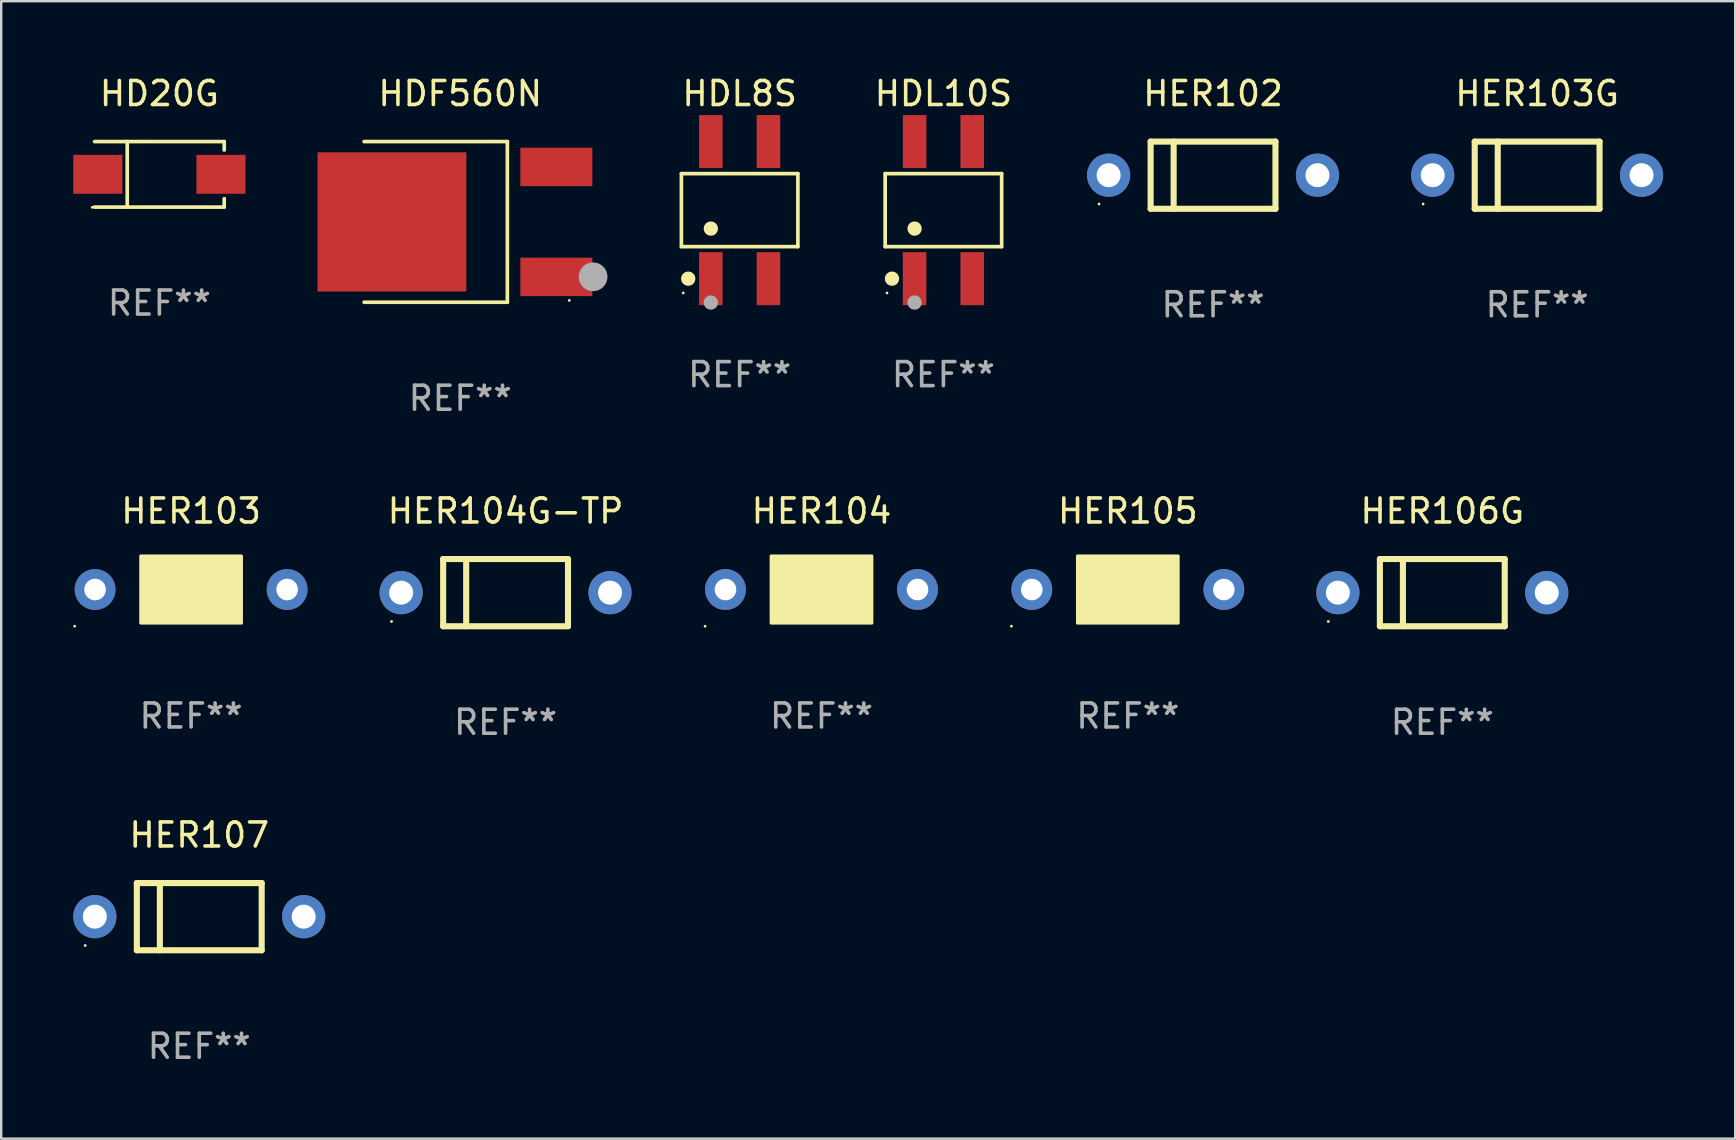
<source format=kicad_pcb>
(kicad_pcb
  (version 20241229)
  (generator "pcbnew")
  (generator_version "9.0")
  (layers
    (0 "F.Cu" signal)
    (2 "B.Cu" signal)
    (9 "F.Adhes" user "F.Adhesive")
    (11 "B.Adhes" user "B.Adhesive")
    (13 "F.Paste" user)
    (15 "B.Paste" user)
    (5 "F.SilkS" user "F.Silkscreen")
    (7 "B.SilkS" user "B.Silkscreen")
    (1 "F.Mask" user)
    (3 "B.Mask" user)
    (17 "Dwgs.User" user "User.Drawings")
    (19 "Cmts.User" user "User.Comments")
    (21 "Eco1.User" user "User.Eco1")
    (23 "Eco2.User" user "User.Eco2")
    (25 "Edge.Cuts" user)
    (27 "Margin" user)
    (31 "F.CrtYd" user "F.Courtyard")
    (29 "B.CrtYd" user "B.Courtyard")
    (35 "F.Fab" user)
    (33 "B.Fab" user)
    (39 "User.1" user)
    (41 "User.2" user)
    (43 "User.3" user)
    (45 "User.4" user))
  (footprint "HD20G"
    (layer "F.Cu")
    (at 3.589 4.212)
    (property "Reference" "HD20G" (at 0 -3.364 0) (layer "F.SilkS") (effects (font (size 1 1) (thickness 0.15))))
    (attr through_hole)
    (fp_line (start -2.701 -1.364) (end 2.701 -1.364) (stroke (width 0.152) (type solid)) (layer "F.SilkS"))
    (fp_line (start -2.701 1.364) (end 2.701 1.364) (stroke (width 0.152) (type solid)) (layer "F.SilkS"))
    (fp_line (start -1.339 -1.364) (end -1.339 1.364) (stroke (width 0.152) (type solid)) (layer "F.SilkS"))
    (fp_line (start 2.701 -1.364) (end 2.701 -1.013) (stroke (width 0.152) (type solid)) (layer "F.SilkS"))
    (fp_line (start 2.701 1.364) (end 2.701 1.013) (stroke (width 0.152) (type solid)) (layer "F.SilkS"))
    (fp_circle (center -2.8 1.375) (end -2.77 1.375) (stroke (width 0.06) (type solid)) (fill no) (layer "F.SilkS"))
    (fp_text user "REF**" (at 0 5.364 0) (layer "F.Fab") (effects (font (size 1 1) (thickness 0.15))))
    (pad "1" smd rect (at -2.565 -0.000025) (size 2.046 1.62) (layers "F.Cu" "F.Mask" "F.Paste"))
    (pad "2" smd rect (at 2.565 -0.000025) (size 2.046 1.62) (layers "F.Cu" "F.Mask" "F.Paste")))
  (footprint "HDL10S"
    (layer "F.Cu")
    (at 36.248 5.703)
    (property "Reference" "HDL10S" (at 0 -4.855 0) (layer "F.SilkS") (effects (font (size 1 1) (thickness 0.15))))
    (attr through_hole)
    (fp_line (start -2.426 -1.521) (end 2.426 -1.521) (stroke (width 0.152) (type solid)) (layer "F.SilkS"))
    (fp_line (start -2.426 1.521) (end -2.426 -1.521) (stroke (width 0.152) (type solid)) (layer "F.SilkS"))
    (fp_line (start 2.426 -1.521) (end 2.426 1.521) (stroke (width 0.152) (type solid)) (layer "F.SilkS"))
    (fp_line (start 2.426 1.521) (end -2.426 1.521) (stroke (width 0.152) (type solid)) (layer "F.SilkS"))
    (fp_circle (center -2.35 3.45) (end -2.32 3.45) (stroke (width 0.06) (type solid)) (fill no) (layer "F.SilkS"))
    (fp_circle (center -2.142 2.855) (end -1.992 2.855) (stroke (width 0.3) (type solid)) (fill no) (layer "F.SilkS"))
    (fp_circle (center -1.2 0.769) (end -1.05 0.769) (stroke (width 0.3) (type solid)) (fill no) (layer "F.SilkS"))
    (fp_circle (center -1.2 3.85) (end -1.05 3.85) (stroke (width 0.3) (type solid)) (fill no) (layer "F.Fab"))
    (fp_text user "REF**" (at 0 6.855 0) (layer "F.Fab") (effects (font (size 1 1) (thickness 0.15))))
    (pad "1" smd rect (at -1.2 2.855) (size 0.98 2.21) (layers "F.Cu" "F.Mask" "F.Paste"))
    (pad "2" smd rect (at 1.2 2.855) (size 0.98 2.21) (layers "F.Cu" "F.Mask" "F.Paste"))
    (pad "3" smd rect (at 1.2 -2.855) (size 0.98 2.21) (layers "F.Cu" "F.Mask" "F.Paste"))
    (pad "4" smd rect (at -1.2 -2.855) (size 0.98 2.21) (layers "F.Cu" "F.Mask" "F.Paste")))
  (footprint "HDL8S"
    (layer "F.Cu")
    (at 27.76 5.703)
    (property "Reference" "HDL8S" (at 0 -4.855 0) (layer "F.SilkS") (effects (font (size 1 1) (thickness 0.15))))
    (attr through_hole)
    (fp_line (start -2.426 -1.521) (end 2.426 -1.521) (stroke (width 0.152) (type solid)) (layer "F.SilkS"))
    (fp_line (start -2.426 1.521) (end -2.426 -1.521) (stroke (width 0.152) (type solid)) (layer "F.SilkS"))
    (fp_line (start 2.426 -1.521) (end 2.426 1.521) (stroke (width 0.152) (type solid)) (layer "F.SilkS"))
    (fp_line (start 2.426 1.521) (end -2.426 1.521) (stroke (width 0.152) (type solid)) (layer "F.SilkS"))
    (fp_circle (center -2.35 3.45) (end -2.32 3.45) (stroke (width 0.06) (type solid)) (fill no) (layer "F.SilkS"))
    (fp_circle (center -2.142 2.855) (end -1.992 2.855) (stroke (width 0.3) (type solid)) (fill no) (layer "F.SilkS"))
    (fp_circle (center -1.2 0.769) (end -1.05 0.769) (stroke (width 0.3) (type solid)) (fill no) (layer "F.SilkS"))
    (fp_circle (center -1.2 3.85) (end -1.05 3.85) (stroke (width 0.3) (type solid)) (fill no) (layer "F.Fab"))
    (fp_text user "REF**" (at 0 6.855 0) (layer "F.Fab") (effects (font (size 1 1) (thickness 0.15))))
    (pad "1" smd rect (at -1.2 2.855) (size 0.98 2.21) (layers "F.Cu" "F.Mask" "F.Paste"))
    (pad "2" smd rect (at 1.2 2.855) (size 0.98 2.21) (layers "F.Cu" "F.Mask" "F.Paste"))
    (pad "3" smd rect (at 1.2 -2.855) (size 0.98 2.21) (layers "F.Cu" "F.Mask" "F.Paste"))
    (pad "4" smd rect (at -1.2 -2.855) (size 0.98 2.21) (layers "F.Cu" "F.Mask" "F.Paste")))
  (footprint "HER103"
    (layer "F.Cu")
    (at 4.91 21.507)
    (property "Reference" "HER103" (at 0 -3.27 0) (layer "F.SilkS") (effects (font (size 1 1) (thickness 0.15))))
    (attr through_hole)
    (fp_line (start 1.27 -1.27) (end 1.27 1.27) (stroke (width 0.229) (type solid)) (layer "F.SilkS"))
    (fp_circle (center -4.85 1.527) (end -4.82 1.527) (stroke (width 0.06) (type solid)) (fill no) (layer "F.SilkS"))
    (fp_poly (pts (xy -2.1 -1.4) (xy 2.1 -1.4) (xy 2.1 1.4) (xy -2.1 1.4)) (stroke (width 0.12) (type solid)) (fill yes) (layer "F.SilkS"))
    (fp_text user "REF**" (at 0 5.27 0) (layer "F.Fab") (effects (font (size 1 1) (thickness 0.15))))
    (pad "1" thru_hole circle (at -4 0) (size 1.7 1.7) (drill 0.9) (layers "*.Cu" "*.Mask"))
    (pad "2" thru_hole circle (at 4 0) (size 1.7 1.7) (drill 0.9) (layers "*.Cu" "*.Mask")))
  (footprint "HER104"
    (layer "F.Cu")
    (at 31.17 21.507)
    (property "Reference" "HER104" (at 0 -3.27 0) (layer "F.SilkS") (effects (font (size 1 1) (thickness 0.15))))
    (attr through_hole)
    (fp_line (start 1.27 -1.27) (end 1.27 1.27) (stroke (width 0.229) (type solid)) (layer "F.SilkS"))
    (fp_circle (center -4.85 1.527) (end -4.82 1.527) (stroke (width 0.06) (type solid)) (fill no) (layer "F.SilkS"))
    (fp_poly (pts (xy -2.1 -1.4) (xy 2.1 -1.4) (xy 2.1 1.4) (xy -2.1 1.4)) (stroke (width 0.12) (type solid)) (fill yes) (layer "F.SilkS"))
    (fp_text user "REF**" (at 0 5.27 0) (layer "F.Fab") (effects (font (size 1 1) (thickness 0.15))))
    (pad "1" thru_hole circle (at -4 0) (size 1.7 1.7) (drill 0.9) (layers "*.Cu" "*.Mask"))
    (pad "2" thru_hole circle (at 4 0) (size 1.7 1.7) (drill 0.9) (layers "*.Cu" "*.Mask")))
  (footprint "HER105"
    (layer "F.Cu")
    (at 43.93 21.507)
    (property "Reference" "HER105" (at 0 -3.27 0) (layer "F.SilkS") (effects (font (size 1 1) (thickness 0.15))))
    (attr through_hole)
    (fp_line (start 1.27 -1.27) (end 1.27 1.27) (stroke (width 0.229) (type solid)) (layer "F.SilkS"))
    (fp_circle (center -4.85 1.527) (end -4.82 1.527) (stroke (width 0.06) (type solid)) (fill no) (layer "F.SilkS"))
    (fp_poly (pts (xy -2.1 -1.4) (xy 2.1 -1.4) (xy 2.1 1.4) (xy -2.1 1.4)) (stroke (width 0.12) (type solid)) (fill yes) (layer "F.SilkS"))
    (fp_text user "REF**" (at 0 5.27 0) (layer "F.Fab") (effects (font (size 1 1) (thickness 0.15))))
    (pad "1" thru_hole circle (at -4 0) (size 1.7 1.7) (drill 0.9) (layers "*.Cu" "*.Mask"))
    (pad "2" thru_hole circle (at 4 0) (size 1.7 1.7) (drill 0.9) (layers "*.Cu" "*.Mask")))
  (footprint "HER104G-TP"
    (layer "F.Cu")
    (at 18.01 21.637)
    (property "Reference" "HER104G-TP" (at 0 -3.4 0) (layer "F.SilkS") (effects (font (size 1 1) (thickness 0.15))))
    (attr through_hole)
    (fp_line (start -2.6 -1.4) (end -2.6 1.4) (stroke (width 0.254) (type solid)) (layer "F.SilkS"))
    (fp_line (start -2.6 -1.4) (end 2.6 -1.4) (stroke (width 0.254) (type solid)) (layer "F.SilkS"))
    (fp_line (start -2.6 1.4) (end 2.6 1.4) (stroke (width 0.254) (type solid)) (layer "F.SilkS"))
    (fp_line (start -1.641 -1.4) (end -1.641 1.4) (stroke (width 0.254) (type solid)) (layer "F.SilkS"))
    (fp_line (start 2.6 -1.4) (end 2.6 1.4) (stroke (width 0.254) (type solid)) (layer "F.SilkS"))
    (fp_circle (center -4.75 1.2) (end -4.72 1.2) (stroke (width 0.06) (type solid)) (fill no) (layer "F.SilkS"))
    (fp_text user "REF**" (at 0 5.4 0) (layer "F.Fab") (effects (font (size 1 1) (thickness 0.15))))
    (pad "1" thru_hole circle (at -4.35 0) (size 1.8 1.8) (drill 1) (layers "*.Cu" "*.Mask"))
    (pad "2" thru_hole circle (at 4.35 0) (size 1.8 1.8) (drill 1) (layers "*.Cu" "*.Mask")))
  (footprint "HER106G"
    (layer "F.Cu")
    (at 57.03 21.637)
    (property "Reference" "HER106G" (at 0 -3.4 0) (layer "F.SilkS") (effects (font (size 1 1) (thickness 0.15))))
    (attr through_hole)
    (fp_line (start -2.6 -1.4) (end -2.6 1.4) (stroke (width 0.254) (type solid)) (layer "F.SilkS"))
    (fp_line (start -2.6 -1.4) (end 2.6 -1.4) (stroke (width 0.254) (type solid)) (layer "F.SilkS"))
    (fp_line (start -2.6 1.4) (end 2.6 1.4) (stroke (width 0.254) (type solid)) (layer "F.SilkS"))
    (fp_line (start -1.641 -1.4) (end -1.641 1.4) (stroke (width 0.254) (type solid)) (layer "F.SilkS"))
    (fp_line (start 2.6 -1.4) (end 2.6 1.4) (stroke (width 0.254) (type solid)) (layer "F.SilkS"))
    (fp_circle (center -4.75 1.2) (end -4.72 1.2) (stroke (width 0.06) (type solid)) (fill no) (layer "F.SilkS"))
    (fp_text user "REF**" (at 0 5.4 0) (layer "F.Fab") (effects (font (size 1 1) (thickness 0.15))))
    (pad "1" thru_hole circle (at -4.35 0) (size 1.8 1.8) (drill 1) (layers "*.Cu" "*.Mask"))
    (pad "2" thru_hole circle (at 4.35 0) (size 1.8 1.8) (drill 1) (layers "*.Cu" "*.Mask")))
  (footprint "HER103G"
    (layer "F.Cu")
    (at 60.98 4.248)
    (property "Reference" "HER103G" (at 0 -3.4 0) (layer "F.SilkS") (effects (font (size 1 1) (thickness 0.15))))
    (attr through_hole)
    (fp_line (start -2.6 -1.4) (end -2.6 1.4) (stroke (width 0.254) (type solid)) (layer "F.SilkS"))
    (fp_line (start -2.6 -1.4) (end 2.6 -1.4) (stroke (width 0.254) (type solid)) (layer "F.SilkS"))
    (fp_line (start -2.6 1.4) (end 2.6 1.4) (stroke (width 0.254) (type solid)) (layer "F.SilkS"))
    (fp_line (start -1.641 -1.4) (end -1.641 1.4) (stroke (width 0.254) (type solid)) (layer "F.SilkS"))
    (fp_line (start 2.6 -1.4) (end 2.6 1.4) (stroke (width 0.254) (type solid)) (layer "F.SilkS"))
    (fp_circle (center -4.75 1.2) (end -4.72 1.2) (stroke (width 0.06) (type solid)) (fill no) (layer "F.SilkS"))
    (fp_text user "REF**" (at 0 5.4 0) (layer "F.Fab") (effects (font (size 1 1) (thickness 0.15))))
    (pad "1" thru_hole circle (at -4.35 0) (size 1.8 1.8) (drill 1) (layers "*.Cu" "*.Mask"))
    (pad "2" thru_hole circle (at 4.35 0) (size 1.8 1.8) (drill 1) (layers "*.Cu" "*.Mask")))
  (footprint "HER102"
    (layer "F.Cu")
    (at 47.48 4.248)
    (property "Reference" "HER102" (at 0 -3.4 0) (layer "F.SilkS") (effects (font (size 1 1) (thickness 0.15))))
    (attr through_hole)
    (fp_line (start -2.6 -1.4) (end -2.6 1.4) (stroke (width 0.254) (type solid)) (layer "F.SilkS"))
    (fp_line (start -2.6 -1.4) (end 2.6 -1.4) (stroke (width 0.254) (type solid)) (layer "F.SilkS"))
    (fp_line (start -2.6 1.4) (end 2.6 1.4) (stroke (width 0.254) (type solid)) (layer "F.SilkS"))
    (fp_line (start -1.641 -1.4) (end -1.641 1.4) (stroke (width 0.254) (type solid)) (layer "F.SilkS"))
    (fp_line (start 2.6 -1.4) (end 2.6 1.4) (stroke (width 0.254) (type solid)) (layer "F.SilkS"))
    (fp_circle (center -4.75 1.2) (end -4.72 1.2) (stroke (width 0.06) (type solid)) (fill no) (layer "F.SilkS"))
    (fp_text user "REF**" (at 0 5.4 0) (layer "F.Fab") (effects (font (size 1 1) (thickness 0.15))))
    (pad "1" thru_hole circle (at -4.35 0) (size 1.8 1.8) (drill 1) (layers "*.Cu" "*.Mask"))
    (pad "2" thru_hole circle (at 4.35 0) (size 1.8 1.8) (drill 1) (layers "*.Cu" "*.Mask")))
  (footprint "HDF560N"
    (layer "F.Cu")
    (at 16.121 6.194)
    (property "Reference" "HDF560N" (at 0 -5.346 0) (layer "F.SilkS") (effects (font (size 1 1) (thickness 0.15))))
    (attr through_hole)
    (fp_line (start -4.004 -3.346) (end 1.963 -3.346) (stroke (width 0.152) (type solid)) (layer "F.SilkS"))
    (fp_line (start -4.004 3.346) (end 1.963 3.346) (stroke (width 0.152) (type solid)) (layer "F.SilkS"))
    (fp_line (start 1.963 3.346) (end 1.963 -3.346) (stroke (width 0.152) (type solid)) (layer "F.SilkS"))
    (fp_circle (center 4.542 3.27) (end 4.572 3.27) (stroke (width 0.06) (type solid)) (fill no) (layer "F.SilkS"))
    (fp_circle (center 5.533 2.286) (end 5.833 2.286) (stroke (width 0.6) (type solid)) (fill no) (layer "F.Fab"))
    (fp_text user "REF**" (at 0 7.346 0) (layer "F.Fab") (effects (font (size 1 1) (thickness 0.15))))
    (pad "1" smd rect (at 4.004 2.29) (size 3 1.6) (layers "F.Cu" "F.Mask" "F.Paste"))
    (pad "2" smd rect (at -2.844 0) (size 6.2 5.8) (layers "F.Cu" "F.Mask" "F.Paste"))
    (pad "3" smd rect (at 4.004 -2.29) (size 3 1.6) (layers "F.Cu" "F.Mask" "F.Paste")))
  (footprint "HER107"
    (layer "F.Cu")
    (at 5.25 35.134)
    (property "Reference" "HER107" (at 0 -3.4 0) (layer "F.SilkS") (effects (font (size 1 1) (thickness 0.15))))
    (attr through_hole)
    (fp_line (start -2.6 -1.4) (end -2.6 1.4) (stroke (width 0.254) (type solid)) (layer "F.SilkS"))
    (fp_line (start -2.6 -1.4) (end 2.6 -1.4) (stroke (width 0.254) (type solid)) (layer "F.SilkS"))
    (fp_line (start -2.6 1.4) (end 2.6 1.4) (stroke (width 0.254) (type solid)) (layer "F.SilkS"))
    (fp_line (start -1.641 -1.4) (end -1.641 1.4) (stroke (width 0.254) (type solid)) (layer "F.SilkS"))
    (fp_line (start 2.6 -1.4) (end 2.6 1.4) (stroke (width 0.254) (type solid)) (layer "F.SilkS"))
    (fp_circle (center -4.75 1.2) (end -4.72 1.2) (stroke (width 0.06) (type solid)) (fill no) (layer "F.SilkS"))
    (fp_text user "REF**" (at 0 5.4 0) (layer "F.Fab") (effects (font (size 1 1) (thickness 0.15))))
    (pad "1" thru_hole circle (at -4.35 0) (size 1.8 1.8) (drill 1) (layers "*.Cu" "*.Mask"))
    (pad "2" thru_hole circle (at 4.35 0) (size 1.8 1.8) (drill 1) (layers "*.Cu" "*.Mask")))
  (gr_rect
    (start -3 -3)
    (end 69.23 44.382)
    (stroke (width 0.1) (type default))
    (fill no)
    (layer "Edge.Cuts")))
</source>
